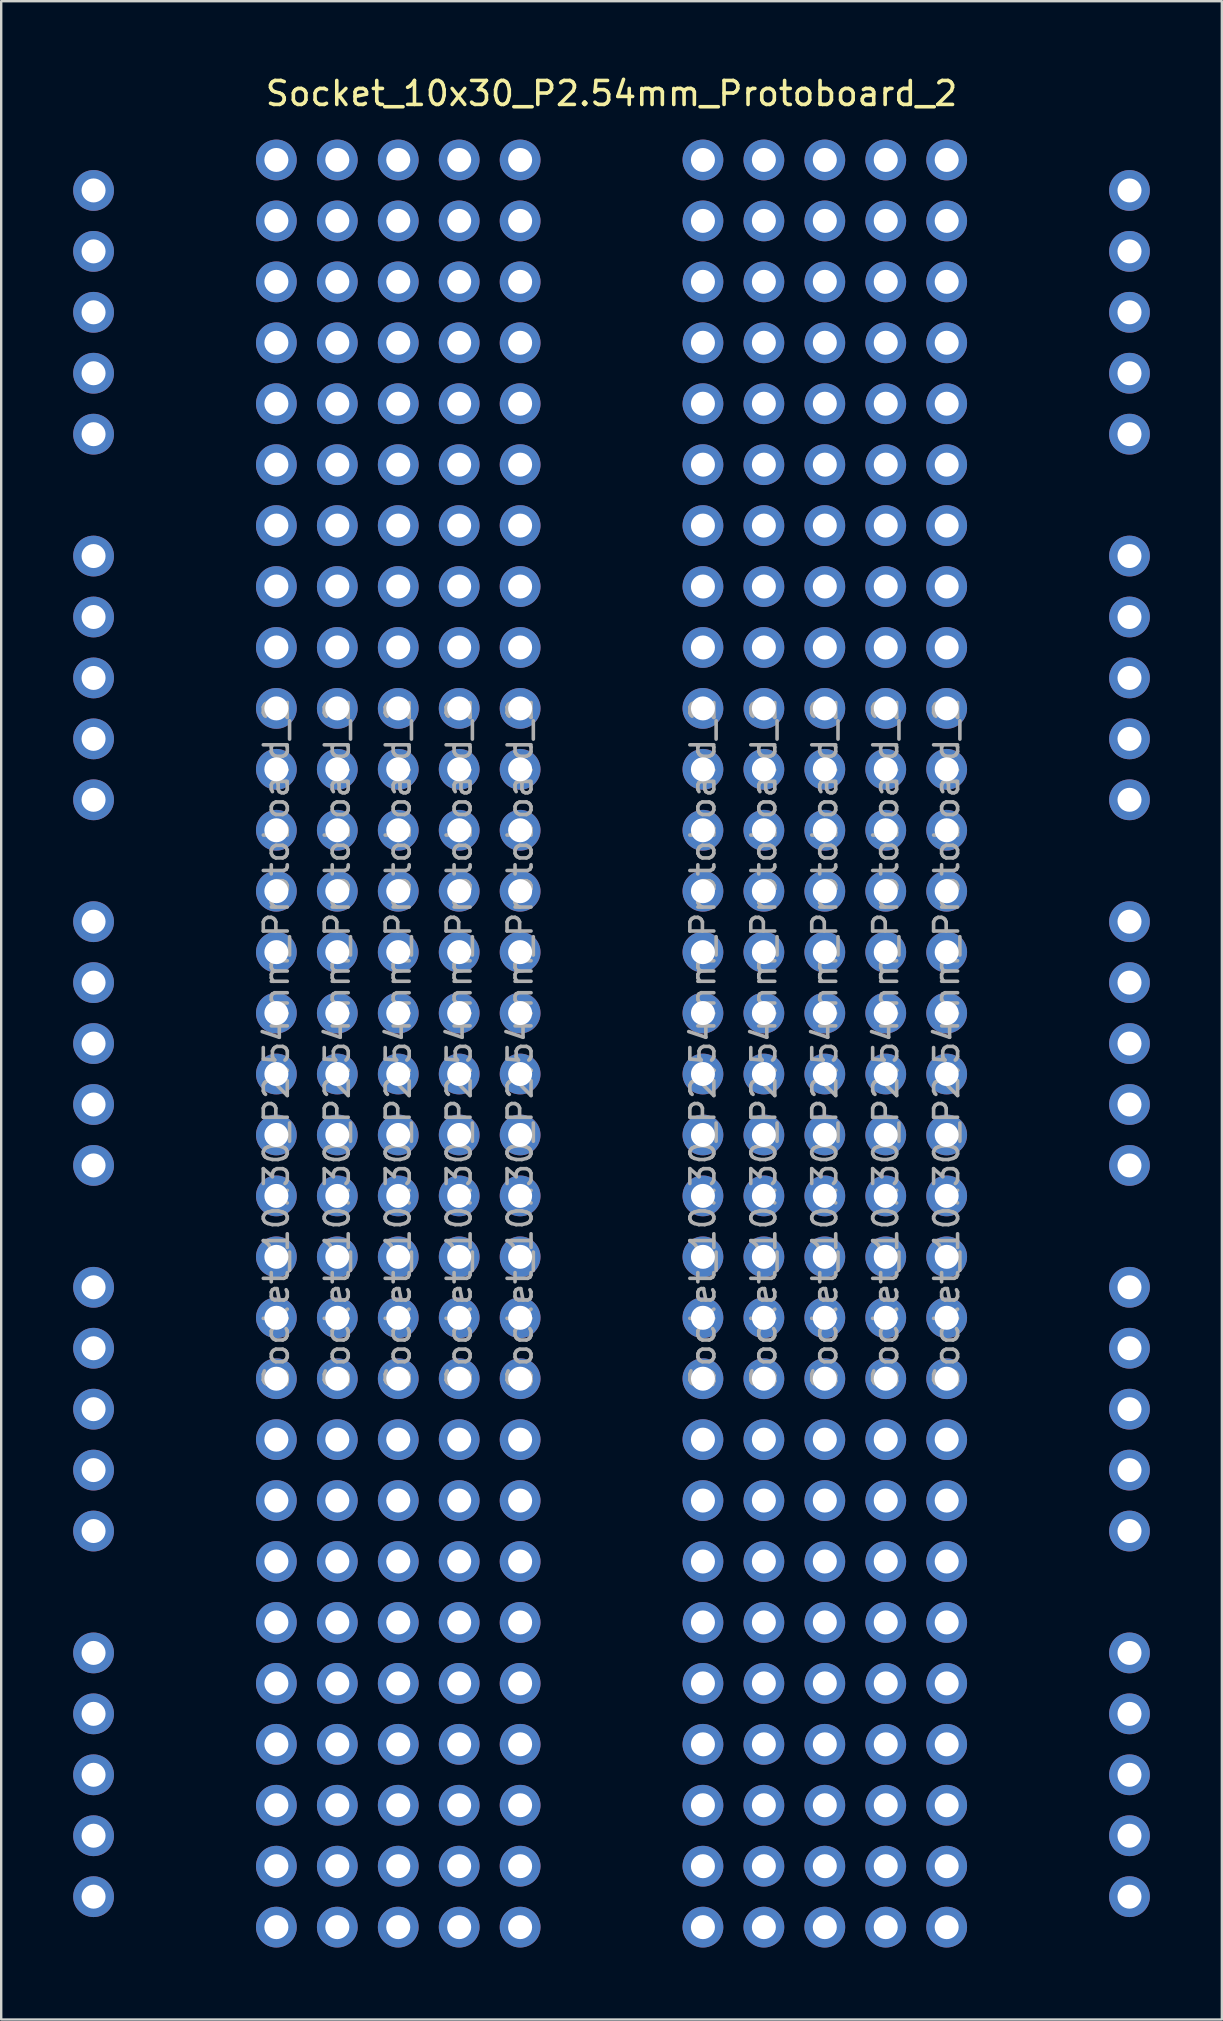
<source format=kicad_pcb>
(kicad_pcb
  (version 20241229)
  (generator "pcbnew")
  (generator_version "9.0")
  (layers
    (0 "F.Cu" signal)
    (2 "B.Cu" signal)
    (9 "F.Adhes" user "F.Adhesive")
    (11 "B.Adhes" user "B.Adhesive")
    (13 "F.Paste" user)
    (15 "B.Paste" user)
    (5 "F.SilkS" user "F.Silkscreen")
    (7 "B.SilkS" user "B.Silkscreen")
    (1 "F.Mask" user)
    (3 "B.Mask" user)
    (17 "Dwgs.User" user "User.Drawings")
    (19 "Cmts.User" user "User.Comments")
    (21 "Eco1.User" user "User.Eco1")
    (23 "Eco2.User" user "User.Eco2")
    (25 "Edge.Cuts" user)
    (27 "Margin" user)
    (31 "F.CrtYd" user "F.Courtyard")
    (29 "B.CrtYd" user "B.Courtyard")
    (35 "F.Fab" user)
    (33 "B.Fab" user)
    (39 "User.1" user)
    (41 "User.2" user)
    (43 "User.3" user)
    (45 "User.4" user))
  (footprint "Socket_10x30_P2.54mm_Protoboard_2"
    (layer "F.Cu")
    (at 22.44 40.448)
    (property "Reference" "Socket_10x30_P2.54mm_Protoboard_2" (at 0 -39.6 0) (layer "F.SilkS") (effects (font (size 1 1) (thickness 0.15))))
    (attr through_hole)
    (fp_text user "${REFERENCE}" (at -13.97 0 90) (layer "F.Fab") (effects (font (size 1 1) (thickness 0.15))))
    (fp_text user "${REFERENCE}" (at -11.43 0 90) (layer "F.Fab") (effects (font (size 1 1) (thickness 0.15))))
    (fp_text user "${REFERENCE}" (at 11.43 0 90) (layer "F.Fab") (effects (font (size 1 1) (thickness 0.15))))
    (fp_text user "${REFERENCE}" (at 13.97 0 90) (layer "F.Fab") (effects (font (size 1 1) (thickness 0.15))))
    (fp_text user "${REFERENCE}" (at 6.35 0 90) (layer "F.Fab") (effects (font (size 1 1) (thickness 0.15))))
    (fp_text user "${REFERENCE}" (at 8.89 0 90) (layer "F.Fab") (effects (font (size 1 1) (thickness 0.15))))
    (fp_text user "${REFERENCE}" (at -6.35 0 90) (layer "F.Fab") (effects (font (size 1 1) (thickness 0.15))))
    (fp_text user "${REFERENCE}" (at 3.81 0 90) (layer "F.Fab") (effects (font (size 1 1) (thickness 0.15))))
    (fp_text user "${REFERENCE}" (at -3.81 0 90) (layer "F.Fab") (effects (font (size 1 1) (thickness 0.15))))
    (fp_text user "${REFERENCE}" (at -8.89 0 90) (layer "F.Fab") (effects (font (size 1 1) (thickness 0.15))))
    (pad "1" thru_hole oval (at -21.59 -35.56) (size 1.7 1.7) (drill 1) (layers "*.Cu" "*.Mask"))
    (pad "1" thru_hole oval (at -21.59 -20.32) (size 1.7 1.7) (drill 1) (layers "*.Cu" "*.Mask"))
    (pad "1" thru_hole oval (at -21.59 -5.08) (size 1.7 1.7) (drill 1) (layers "*.Cu" "*.Mask"))
    (pad "1" thru_hole oval (at -21.59 10.16) (size 1.7 1.7) (drill 1) (layers "*.Cu" "*.Mask"))
    (pad "1" thru_hole oval (at -21.59 25.4) (size 1.7 1.7) (drill 1) (layers "*.Cu" "*.Mask"))
    (pad "1" thru_hole oval (at -13.97 -36.83) (size 1.7 1.7) (drill 1) (layers "*.Cu" "*.Mask"))
    (pad "1" thru_hole oval (at -11.43 -36.83) (size 1.7 1.7) (drill 1) (layers "*.Cu" "*.Mask"))
    (pad "1" thru_hole oval (at -8.89 -36.83) (size 1.7 1.7) (drill 1) (layers "*.Cu" "*.Mask"))
    (pad "1" thru_hole oval (at -6.35 -36.83) (size 1.7 1.7) (drill 1) (layers "*.Cu" "*.Mask"))
    (pad "1" thru_hole oval (at -3.81 -36.83) (size 1.7 1.7) (drill 1) (layers "*.Cu" "*.Mask"))
    (pad "1" thru_hole oval (at 3.81 -36.83) (size 1.7 1.7) (drill 1) (layers "*.Cu" "*.Mask"))
    (pad "1" thru_hole oval (at 6.35 -36.83) (size 1.7 1.7) (drill 1) (layers "*.Cu" "*.Mask"))
    (pad "1" thru_hole oval (at 8.89 -36.83) (size 1.7 1.7) (drill 1) (layers "*.Cu" "*.Mask"))
    (pad "1" thru_hole oval (at 11.43 -36.83) (size 1.7 1.7) (drill 1) (layers "*.Cu" "*.Mask"))
    (pad "1" thru_hole oval (at 13.97 -36.83) (size 1.7 1.7) (drill 1) (layers "*.Cu" "*.Mask"))
    (pad "1" thru_hole oval (at 21.59 -35.56) (size 1.7 1.7) (drill 1) (layers "*.Cu" "*.Mask"))
    (pad "1" thru_hole oval (at 21.59 -20.32) (size 1.7 1.7) (drill 1) (layers "*.Cu" "*.Mask"))
    (pad "1" thru_hole oval (at 21.59 -5.08) (size 1.7 1.7) (drill 1) (layers "*.Cu" "*.Mask"))
    (pad "1" thru_hole oval (at 21.59 10.16) (size 1.7 1.7) (drill 1) (layers "*.Cu" "*.Mask"))
    (pad "1" thru_hole oval (at 21.59 25.4) (size 1.7 1.7) (drill 1) (layers "*.Cu" "*.Mask"))
    (pad "2" thru_hole oval (at -21.59 -33.02) (size 1.7 1.7) (drill 1) (layers "*.Cu" "*.Mask"))
    (pad "2" thru_hole oval (at -21.59 -17.78) (size 1.7 1.7) (drill 1) (layers "*.Cu" "*.Mask"))
    (pad "2" thru_hole oval (at -21.59 -2.54) (size 1.7 1.7) (drill 1) (layers "*.Cu" "*.Mask"))
    (pad "2" thru_hole oval (at -21.59 12.7) (size 1.7 1.7) (drill 1) (layers "*.Cu" "*.Mask"))
    (pad "2" thru_hole oval (at -21.59 27.94) (size 1.7 1.7) (drill 1) (layers "*.Cu" "*.Mask"))
    (pad "2" thru_hole oval (at -13.97 -34.29) (size 1.7 1.7) (drill 1) (layers "*.Cu" "*.Mask"))
    (pad "2" thru_hole oval (at -11.43 -34.29) (size 1.7 1.7) (drill 1) (layers "*.Cu" "*.Mask"))
    (pad "2" thru_hole oval (at -8.89 -34.29) (size 1.7 1.7) (drill 1) (layers "*.Cu" "*.Mask"))
    (pad "2" thru_hole oval (at -6.35 -34.29) (size 1.7 1.7) (drill 1) (layers "*.Cu" "*.Mask"))
    (pad "2" thru_hole oval (at -3.81 -34.29) (size 1.7 1.7) (drill 1) (layers "*.Cu" "*.Mask"))
    (pad "2" thru_hole oval (at 3.81 -34.29) (size 1.7 1.7) (drill 1) (layers "*.Cu" "*.Mask"))
    (pad "2" thru_hole oval (at 6.35 -34.29) (size 1.7 1.7) (drill 1) (layers "*.Cu" "*.Mask"))
    (pad "2" thru_hole oval (at 8.89 -34.29) (size 1.7 1.7) (drill 1) (layers "*.Cu" "*.Mask"))
    (pad "2" thru_hole oval (at 11.43 -34.29) (size 1.7 1.7) (drill 1) (layers "*.Cu" "*.Mask"))
    (pad "2" thru_hole oval (at 13.97 -34.29) (size 1.7 1.7) (drill 1) (layers "*.Cu" "*.Mask"))
    (pad "2" thru_hole oval (at 21.59 -33.02) (size 1.7 1.7) (drill 1) (layers "*.Cu" "*.Mask"))
    (pad "2" thru_hole oval (at 21.59 -17.78) (size 1.7 1.7) (drill 1) (layers "*.Cu" "*.Mask"))
    (pad "2" thru_hole oval (at 21.59 -2.54) (size 1.7 1.7) (drill 1) (layers "*.Cu" "*.Mask"))
    (pad "2" thru_hole oval (at 21.59 12.7) (size 1.7 1.7) (drill 1) (layers "*.Cu" "*.Mask"))
    (pad "2" thru_hole oval (at 21.59 27.94) (size 1.7 1.7) (drill 1) (layers "*.Cu" "*.Mask"))
    (pad "3" thru_hole oval (at -21.59 -30.48) (size 1.7 1.7) (drill 1) (layers "*.Cu" "*.Mask"))
    (pad "3" thru_hole oval (at -21.59 -15.24) (size 1.7 1.7) (drill 1) (layers "*.Cu" "*.Mask"))
    (pad "3" thru_hole oval (at -21.59 0) (size 1.7 1.7) (drill 1) (layers "*.Cu" "*.Mask"))
    (pad "3" thru_hole oval (at -21.59 15.24) (size 1.7 1.7) (drill 1) (layers "*.Cu" "*.Mask"))
    (pad "3" thru_hole oval (at -21.59 30.48) (size 1.7 1.7) (drill 1) (layers "*.Cu" "*.Mask"))
    (pad "3" thru_hole oval (at -13.97 -31.75) (size 1.7 1.7) (drill 1) (layers "*.Cu" "*.Mask"))
    (pad "3" thru_hole oval (at -11.43 -31.75) (size 1.7 1.7) (drill 1) (layers "*.Cu" "*.Mask"))
    (pad "3" thru_hole oval (at -8.89 -31.75) (size 1.7 1.7) (drill 1) (layers "*.Cu" "*.Mask"))
    (pad "3" thru_hole oval (at -6.35 -31.75) (size 1.7 1.7) (drill 1) (layers "*.Cu" "*.Mask"))
    (pad "3" thru_hole oval (at -3.81 -31.75) (size 1.7 1.7) (drill 1) (layers "*.Cu" "*.Mask"))
    (pad "3" thru_hole oval (at 3.81 -31.75) (size 1.7 1.7) (drill 1) (layers "*.Cu" "*.Mask"))
    (pad "3" thru_hole oval (at 6.35 -31.75) (size 1.7 1.7) (drill 1) (layers "*.Cu" "*.Mask"))
    (pad "3" thru_hole oval (at 8.89 -31.75) (size 1.7 1.7) (drill 1) (layers "*.Cu" "*.Mask"))
    (pad "3" thru_hole oval (at 11.43 -31.75) (size 1.7 1.7) (drill 1) (layers "*.Cu" "*.Mask"))
    (pad "3" thru_hole oval (at 13.97 -31.75) (size 1.7 1.7) (drill 1) (layers "*.Cu" "*.Mask"))
    (pad "3" thru_hole oval (at 21.59 -30.48) (size 1.7 1.7) (drill 1) (layers "*.Cu" "*.Mask"))
    (pad "3" thru_hole oval (at 21.59 -15.24) (size 1.7 1.7) (drill 1) (layers "*.Cu" "*.Mask"))
    (pad "3" thru_hole oval (at 21.59 0) (size 1.7 1.7) (drill 1) (layers "*.Cu" "*.Mask"))
    (pad "3" thru_hole oval (at 21.59 15.24) (size 1.7 1.7) (drill 1) (layers "*.Cu" "*.Mask"))
    (pad "3" thru_hole oval (at 21.59 30.48) (size 1.7 1.7) (drill 1) (layers "*.Cu" "*.Mask"))
    (pad "4" thru_hole oval (at -21.59 -27.94) (size 1.7 1.7) (drill 1) (layers "*.Cu" "*.Mask"))
    (pad "4" thru_hole oval (at -21.59 -12.7) (size 1.7 1.7) (drill 1) (layers "*.Cu" "*.Mask"))
    (pad "4" thru_hole oval (at -21.59 2.54) (size 1.7 1.7) (drill 1) (layers "*.Cu" "*.Mask"))
    (pad "4" thru_hole oval (at -21.59 17.78) (size 1.7 1.7) (drill 1) (layers "*.Cu" "*.Mask"))
    (pad "4" thru_hole oval (at -21.59 33.02) (size 1.7 1.7) (drill 1) (layers "*.Cu" "*.Mask"))
    (pad "4" thru_hole oval (at -13.97 -29.21) (size 1.7 1.7) (drill 1) (layers "*.Cu" "*.Mask"))
    (pad "4" thru_hole oval (at -11.43 -29.21) (size 1.7 1.7) (drill 1) (layers "*.Cu" "*.Mask"))
    (pad "4" thru_hole oval (at -8.89 -29.21) (size 1.7 1.7) (drill 1) (layers "*.Cu" "*.Mask"))
    (pad "4" thru_hole oval (at -6.35 -29.21) (size 1.7 1.7) (drill 1) (layers "*.Cu" "*.Mask"))
    (pad "4" thru_hole oval (at -3.81 -29.21) (size 1.7 1.7) (drill 1) (layers "*.Cu" "*.Mask"))
    (pad "4" thru_hole oval (at 3.81 -29.21) (size 1.7 1.7) (drill 1) (layers "*.Cu" "*.Mask"))
    (pad "4" thru_hole oval (at 6.35 -29.21) (size 1.7 1.7) (drill 1) (layers "*.Cu" "*.Mask"))
    (pad "4" thru_hole oval (at 8.89 -29.21) (size 1.7 1.7) (drill 1) (layers "*.Cu" "*.Mask"))
    (pad "4" thru_hole oval (at 11.43 -29.21) (size 1.7 1.7) (drill 1) (layers "*.Cu" "*.Mask"))
    (pad "4" thru_hole oval (at 13.97 -29.21) (size 1.7 1.7) (drill 1) (layers "*.Cu" "*.Mask"))
    (pad "4" thru_hole oval (at 21.59 -27.94) (size 1.7 1.7) (drill 1) (layers "*.Cu" "*.Mask"))
    (pad "4" thru_hole oval (at 21.59 -12.7) (size 1.7 1.7) (drill 1) (layers "*.Cu" "*.Mask"))
    (pad "4" thru_hole oval (at 21.59 2.54) (size 1.7 1.7) (drill 1) (layers "*.Cu" "*.Mask"))
    (pad "4" thru_hole oval (at 21.59 17.78) (size 1.7 1.7) (drill 1) (layers "*.Cu" "*.Mask"))
    (pad "4" thru_hole oval (at 21.59 33.02) (size 1.7 1.7) (drill 1) (layers "*.Cu" "*.Mask"))
    (pad "5" thru_hole oval (at -21.59 -25.4) (size 1.7 1.7) (drill 1) (layers "*.Cu" "*.Mask"))
    (pad "5" thru_hole oval (at -21.59 -10.16) (size 1.7 1.7) (drill 1) (layers "*.Cu" "*.Mask"))
    (pad "5" thru_hole oval (at -21.59 5.08) (size 1.7 1.7) (drill 1) (layers "*.Cu" "*.Mask"))
    (pad "5" thru_hole oval (at -21.59 20.32) (size 1.7 1.7) (drill 1) (layers "*.Cu" "*.Mask"))
    (pad "5" thru_hole oval (at -21.59 35.56) (size 1.7 1.7) (drill 1) (layers "*.Cu" "*.Mask"))
    (pad "5" thru_hole oval (at -13.97 -26.67) (size 1.7 1.7) (drill 1) (layers "*.Cu" "*.Mask"))
    (pad "5" thru_hole oval (at -11.43 -26.67) (size 1.7 1.7) (drill 1) (layers "*.Cu" "*.Mask"))
    (pad "5" thru_hole oval (at -8.89 -26.67) (size 1.7 1.7) (drill 1) (layers "*.Cu" "*.Mask"))
    (pad "5" thru_hole oval (at -6.35 -26.67) (size 1.7 1.7) (drill 1) (layers "*.Cu" "*.Mask"))
    (pad "5" thru_hole oval (at -3.81 -26.67) (size 1.7 1.7) (drill 1) (layers "*.Cu" "*.Mask"))
    (pad "5" thru_hole oval (at 3.81 -26.67) (size 1.7 1.7) (drill 1) (layers "*.Cu" "*.Mask"))
    (pad "5" thru_hole oval (at 6.35 -26.67) (size 1.7 1.7) (drill 1) (layers "*.Cu" "*.Mask"))
    (pad "5" thru_hole oval (at 8.89 -26.67) (size 1.7 1.7) (drill 1) (layers "*.Cu" "*.Mask"))
    (pad "5" thru_hole oval (at 11.43 -26.67) (size 1.7 1.7) (drill 1) (layers "*.Cu" "*.Mask"))
    (pad "5" thru_hole oval (at 13.97 -26.67) (size 1.7 1.7) (drill 1) (layers "*.Cu" "*.Mask"))
    (pad "5" thru_hole oval (at 21.59 -25.4) (size 1.7 1.7) (drill 1) (layers "*.Cu" "*.Mask"))
    (pad "5" thru_hole oval (at 21.59 -10.16) (size 1.7 1.7) (drill 1) (layers "*.Cu" "*.Mask"))
    (pad "5" thru_hole oval (at 21.59 5.08) (size 1.7 1.7) (drill 1) (layers "*.Cu" "*.Mask"))
    (pad "5" thru_hole oval (at 21.59 20.32) (size 1.7 1.7) (drill 1) (layers "*.Cu" "*.Mask"))
    (pad "5" thru_hole oval (at 21.59 35.56) (size 1.7 1.7) (drill 1) (layers "*.Cu" "*.Mask"))
    (pad "6" thru_hole oval (at -13.97 -24.13) (size 1.7 1.7) (drill 1) (layers "*.Cu" "*.Mask"))
    (pad "6" thru_hole oval (at -11.43 -24.13) (size 1.7 1.7) (drill 1) (layers "*.Cu" "*.Mask"))
    (pad "6" thru_hole oval (at -8.89 -24.13) (size 1.7 1.7) (drill 1) (layers "*.Cu" "*.Mask"))
    (pad "6" thru_hole oval (at -6.35 -24.13) (size 1.7 1.7) (drill 1) (layers "*.Cu" "*.Mask"))
    (pad "6" thru_hole oval (at -3.81 -24.13) (size 1.7 1.7) (drill 1) (layers "*.Cu" "*.Mask"))
    (pad "6" thru_hole oval (at 3.81 -24.13) (size 1.7 1.7) (drill 1) (layers "*.Cu" "*.Mask"))
    (pad "6" thru_hole oval (at 6.35 -24.13) (size 1.7 1.7) (drill 1) (layers "*.Cu" "*.Mask"))
    (pad "6" thru_hole oval (at 8.89 -24.13) (size 1.7 1.7) (drill 1) (layers "*.Cu" "*.Mask"))
    (pad "6" thru_hole oval (at 11.43 -24.13) (size 1.7 1.7) (drill 1) (layers "*.Cu" "*.Mask"))
    (pad "6" thru_hole oval (at 13.97 -24.13) (size 1.7 1.7) (drill 1) (layers "*.Cu" "*.Mask"))
    (pad "7" thru_hole oval (at -13.97 -21.59) (size 1.7 1.7) (drill 1) (layers "*.Cu" "*.Mask"))
    (pad "7" thru_hole oval (at -11.43 -21.59) (size 1.7 1.7) (drill 1) (layers "*.Cu" "*.Mask"))
    (pad "7" thru_hole oval (at -8.89 -21.59) (size 1.7 1.7) (drill 1) (layers "*.Cu" "*.Mask"))
    (pad "7" thru_hole oval (at -6.35 -21.59) (size 1.7 1.7) (drill 1) (layers "*.Cu" "*.Mask"))
    (pad "7" thru_hole oval (at -3.81 -21.59) (size 1.7 1.7) (drill 1) (layers "*.Cu" "*.Mask"))
    (pad "7" thru_hole oval (at 3.81 -21.59) (size 1.7 1.7) (drill 1) (layers "*.Cu" "*.Mask"))
    (pad "7" thru_hole oval (at 6.35 -21.59) (size 1.7 1.7) (drill 1) (layers "*.Cu" "*.Mask"))
    (pad "7" thru_hole oval (at 8.89 -21.59) (size 1.7 1.7) (drill 1) (layers "*.Cu" "*.Mask"))
    (pad "7" thru_hole oval (at 11.43 -21.59) (size 1.7 1.7) (drill 1) (layers "*.Cu" "*.Mask"))
    (pad "7" thru_hole oval (at 13.97 -21.59) (size 1.7 1.7) (drill 1) (layers "*.Cu" "*.Mask"))
    (pad "8" thru_hole oval (at -13.97 -19.05) (size 1.7 1.7) (drill 1) (layers "*.Cu" "*.Mask"))
    (pad "8" thru_hole oval (at -11.43 -19.05) (size 1.7 1.7) (drill 1) (layers "*.Cu" "*.Mask"))
    (pad "8" thru_hole oval (at -8.89 -19.05) (size 1.7 1.7) (drill 1) (layers "*.Cu" "*.Mask"))
    (pad "8" thru_hole oval (at -6.35 -19.05) (size 1.7 1.7) (drill 1) (layers "*.Cu" "*.Mask"))
    (pad "8" thru_hole oval (at -3.81 -19.05) (size 1.7 1.7) (drill 1) (layers "*.Cu" "*.Mask"))
    (pad "8" thru_hole oval (at 3.81 -19.05) (size 1.7 1.7) (drill 1) (layers "*.Cu" "*.Mask"))
    (pad "8" thru_hole oval (at 6.35 -19.05) (size 1.7 1.7) (drill 1) (layers "*.Cu" "*.Mask"))
    (pad "8" thru_hole oval (at 8.89 -19.05) (size 1.7 1.7) (drill 1) (layers "*.Cu" "*.Mask"))
    (pad "8" thru_hole oval (at 11.43 -19.05) (size 1.7 1.7) (drill 1) (layers "*.Cu" "*.Mask"))
    (pad "8" thru_hole oval (at 13.97 -19.05) (size 1.7 1.7) (drill 1) (layers "*.Cu" "*.Mask"))
    (pad "9" thru_hole oval (at -13.97 -16.51) (size 1.7 1.7) (drill 1) (layers "*.Cu" "*.Mask"))
    (pad "9" thru_hole oval (at -11.43 -16.51) (size 1.7 1.7) (drill 1) (layers "*.Cu" "*.Mask"))
    (pad "9" thru_hole oval (at -8.89 -16.51) (size 1.7 1.7) (drill 1) (layers "*.Cu" "*.Mask"))
    (pad "9" thru_hole oval (at -6.35 -16.51) (size 1.7 1.7) (drill 1) (layers "*.Cu" "*.Mask"))
    (pad "9" thru_hole oval (at -3.81 -16.51) (size 1.7 1.7) (drill 1) (layers "*.Cu" "*.Mask"))
    (pad "9" thru_hole oval (at 3.81 -16.51) (size 1.7 1.7) (drill 1) (layers "*.Cu" "*.Mask"))
    (pad "9" thru_hole oval (at 6.35 -16.51) (size 1.7 1.7) (drill 1) (layers "*.Cu" "*.Mask"))
    (pad "9" thru_hole oval (at 8.89 -16.51) (size 1.7 1.7) (drill 1) (layers "*.Cu" "*.Mask"))
    (pad "9" thru_hole oval (at 11.43 -16.51) (size 1.7 1.7) (drill 1) (layers "*.Cu" "*.Mask"))
    (pad "9" thru_hole oval (at 13.97 -16.51) (size 1.7 1.7) (drill 1) (layers "*.Cu" "*.Mask"))
    (pad "10" thru_hole oval (at -13.97 -13.97) (size 1.7 1.7) (drill 1) (layers "*.Cu" "*.Mask"))
    (pad "10" thru_hole oval (at -11.43 -13.97) (size 1.7 1.7) (drill 1) (layers "*.Cu" "*.Mask"))
    (pad "10" thru_hole oval (at -8.89 -13.97) (size 1.7 1.7) (drill 1) (layers "*.Cu" "*.Mask"))
    (pad "10" thru_hole oval (at -6.35 -13.97) (size 1.7 1.7) (drill 1) (layers "*.Cu" "*.Mask"))
    (pad "10" thru_hole oval (at -3.81 -13.97) (size 1.7 1.7) (drill 1) (layers "*.Cu" "*.Mask"))
    (pad "10" thru_hole oval (at 3.81 -13.97) (size 1.7 1.7) (drill 1) (layers "*.Cu" "*.Mask"))
    (pad "10" thru_hole oval (at 6.35 -13.97) (size 1.7 1.7) (drill 1) (layers "*.Cu" "*.Mask"))
    (pad "10" thru_hole oval (at 8.89 -13.97) (size 1.7 1.7) (drill 1) (layers "*.Cu" "*.Mask"))
    (pad "10" thru_hole oval (at 11.43 -13.97) (size 1.7 1.7) (drill 1) (layers "*.Cu" "*.Mask"))
    (pad "10" thru_hole oval (at 13.97 -13.97) (size 1.7 1.7) (drill 1) (layers "*.Cu" "*.Mask"))
    (pad "11" thru_hole oval (at -13.97 -11.43) (size 1.7 1.7) (drill 1) (layers "*.Cu" "*.Mask"))
    (pad "11" thru_hole oval (at -11.43 -11.43) (size 1.7 1.7) (drill 1) (layers "*.Cu" "*.Mask"))
    (pad "11" thru_hole oval (at -8.89 -11.43) (size 1.7 1.7) (drill 1) (layers "*.Cu" "*.Mask"))
    (pad "11" thru_hole oval (at -6.35 -11.43) (size 1.7 1.7) (drill 1) (layers "*.Cu" "*.Mask"))
    (pad "11" thru_hole oval (at -3.81 -11.43) (size 1.7 1.7) (drill 1) (layers "*.Cu" "*.Mask"))
    (pad "11" thru_hole oval (at 3.81 -11.43) (size 1.7 1.7) (drill 1) (layers "*.Cu" "*.Mask"))
    (pad "11" thru_hole oval (at 6.35 -11.43) (size 1.7 1.7) (drill 1) (layers "*.Cu" "*.Mask"))
    (pad "11" thru_hole oval (at 8.89 -11.43) (size 1.7 1.7) (drill 1) (layers "*.Cu" "*.Mask"))
    (pad "11" thru_hole oval (at 11.43 -11.43) (size 1.7 1.7) (drill 1) (layers "*.Cu" "*.Mask"))
    (pad "11" thru_hole oval (at 13.97 -11.43) (size 1.7 1.7) (drill 1) (layers "*.Cu" "*.Mask"))
    (pad "12" thru_hole oval (at -13.97 -8.89) (size 1.7 1.7) (drill 1) (layers "*.Cu" "*.Mask"))
    (pad "12" thru_hole oval (at -11.43 -8.89) (size 1.7 1.7) (drill 1) (layers "*.Cu" "*.Mask"))
    (pad "12" thru_hole oval (at -8.89 -8.89) (size 1.7 1.7) (drill 1) (layers "*.Cu" "*.Mask"))
    (pad "12" thru_hole oval (at -6.35 -8.89) (size 1.7 1.7) (drill 1) (layers "*.Cu" "*.Mask"))
    (pad "12" thru_hole oval (at -3.81 -8.89) (size 1.7 1.7) (drill 1) (layers "*.Cu" "*.Mask"))
    (pad "12" thru_hole oval (at 3.81 -8.89) (size 1.7 1.7) (drill 1) (layers "*.Cu" "*.Mask"))
    (pad "12" thru_hole oval (at 6.35 -8.89) (size 1.7 1.7) (drill 1) (layers "*.Cu" "*.Mask"))
    (pad "12" thru_hole oval (at 8.89 -8.89) (size 1.7 1.7) (drill 1) (layers "*.Cu" "*.Mask"))
    (pad "12" thru_hole oval (at 11.43 -8.89) (size 1.7 1.7) (drill 1) (layers "*.Cu" "*.Mask"))
    (pad "12" thru_hole oval (at 13.97 -8.89) (size 1.7 1.7) (drill 1) (layers "*.Cu" "*.Mask"))
    (pad "13" thru_hole oval (at -13.97 -6.35) (size 1.7 1.7) (drill 1) (layers "*.Cu" "*.Mask"))
    (pad "13" thru_hole oval (at -11.43 -6.35) (size 1.7 1.7) (drill 1) (layers "*.Cu" "*.Mask"))
    (pad "13" thru_hole oval (at -8.89 -6.35) (size 1.7 1.7) (drill 1) (layers "*.Cu" "*.Mask"))
    (pad "13" thru_hole oval (at -6.35 -6.35) (size 1.7 1.7) (drill 1) (layers "*.Cu" "*.Mask"))
    (pad "13" thru_hole oval (at -3.81 -6.35) (size 1.7 1.7) (drill 1) (layers "*.Cu" "*.Mask"))
    (pad "13" thru_hole oval (at 3.81 -6.35) (size 1.7 1.7) (drill 1) (layers "*.Cu" "*.Mask"))
    (pad "13" thru_hole oval (at 6.35 -6.35) (size 1.7 1.7) (drill 1) (layers "*.Cu" "*.Mask"))
    (pad "13" thru_hole oval (at 8.89 -6.35) (size 1.7 1.7) (drill 1) (layers "*.Cu" "*.Mask"))
    (pad "13" thru_hole oval (at 11.43 -6.35) (size 1.7 1.7) (drill 1) (layers "*.Cu" "*.Mask"))
    (pad "13" thru_hole oval (at 13.97 -6.35) (size 1.7 1.7) (drill 1) (layers "*.Cu" "*.Mask"))
    (pad "14" thru_hole oval (at -13.97 -3.81) (size 1.7 1.7) (drill 1) (layers "*.Cu" "*.Mask"))
    (pad "14" thru_hole oval (at -11.43 -3.81) (size 1.7 1.7) (drill 1) (layers "*.Cu" "*.Mask"))
    (pad "14" thru_hole oval (at -8.89 -3.81) (size 1.7 1.7) (drill 1) (layers "*.Cu" "*.Mask"))
    (pad "14" thru_hole oval (at -6.35 -3.81) (size 1.7 1.7) (drill 1) (layers "*.Cu" "*.Mask"))
    (pad "14" thru_hole oval (at -3.81 -3.81) (size 1.7 1.7) (drill 1) (layers "*.Cu" "*.Mask"))
    (pad "14" thru_hole oval (at 3.81 -3.81) (size 1.7 1.7) (drill 1) (layers "*.Cu" "*.Mask"))
    (pad "14" thru_hole oval (at 6.35 -3.81) (size 1.7 1.7) (drill 1) (layers "*.Cu" "*.Mask"))
    (pad "14" thru_hole oval (at 8.89 -3.81) (size 1.7 1.7) (drill 1) (layers "*.Cu" "*.Mask"))
    (pad "14" thru_hole oval (at 11.43 -3.81) (size 1.7 1.7) (drill 1) (layers "*.Cu" "*.Mask"))
    (pad "14" thru_hole oval (at 13.97 -3.81) (size 1.7 1.7) (drill 1) (layers "*.Cu" "*.Mask"))
    (pad "15" thru_hole oval (at -13.97 -1.27) (size 1.7 1.7) (drill 1) (layers "*.Cu" "*.Mask"))
    (pad "15" thru_hole oval (at -11.43 -1.27) (size 1.7 1.7) (drill 1) (layers "*.Cu" "*.Mask"))
    (pad "15" thru_hole oval (at -8.89 -1.27) (size 1.7 1.7) (drill 1) (layers "*.Cu" "*.Mask"))
    (pad "15" thru_hole oval (at -6.35 -1.27) (size 1.7 1.7) (drill 1) (layers "*.Cu" "*.Mask"))
    (pad "15" thru_hole oval (at -3.81 -1.27) (size 1.7 1.7) (drill 1) (layers "*.Cu" "*.Mask"))
    (pad "15" thru_hole oval (at 3.81 -1.27) (size 1.7 1.7) (drill 1) (layers "*.Cu" "*.Mask"))
    (pad "15" thru_hole oval (at 6.35 -1.27) (size 1.7 1.7) (drill 1) (layers "*.Cu" "*.Mask"))
    (pad "15" thru_hole oval (at 8.89 -1.27) (size 1.7 1.7) (drill 1) (layers "*.Cu" "*.Mask"))
    (pad "15" thru_hole oval (at 11.43 -1.27) (size 1.7 1.7) (drill 1) (layers "*.Cu" "*.Mask"))
    (pad "15" thru_hole oval (at 13.97 -1.27) (size 1.7 1.7) (drill 1) (layers "*.Cu" "*.Mask"))
    (pad "16" thru_hole oval (at -13.97 1.27) (size 1.7 1.7) (drill 1) (layers "*.Cu" "*.Mask"))
    (pad "16" thru_hole oval (at -11.43 1.27) (size 1.7 1.7) (drill 1) (layers "*.Cu" "*.Mask"))
    (pad "16" thru_hole oval (at -8.89 1.27) (size 1.7 1.7) (drill 1) (layers "*.Cu" "*.Mask"))
    (pad "16" thru_hole oval (at -6.35 1.27) (size 1.7 1.7) (drill 1) (layers "*.Cu" "*.Mask"))
    (pad "16" thru_hole oval (at -3.81 1.27) (size 1.7 1.7) (drill 1) (layers "*.Cu" "*.Mask"))
    (pad "16" thru_hole oval (at 3.81 1.27) (size 1.7 1.7) (drill 1) (layers "*.Cu" "*.Mask"))
    (pad "16" thru_hole oval (at 6.35 1.27) (size 1.7 1.7) (drill 1) (layers "*.Cu" "*.Mask"))
    (pad "16" thru_hole oval (at 8.89 1.27) (size 1.7 1.7) (drill 1) (layers "*.Cu" "*.Mask"))
    (pad "16" thru_hole oval (at 11.43 1.27) (size 1.7 1.7) (drill 1) (layers "*.Cu" "*.Mask"))
    (pad "16" thru_hole oval (at 13.97 1.27) (size 1.7 1.7) (drill 1) (layers "*.Cu" "*.Mask"))
    (pad "17" thru_hole oval (at -13.97 3.81) (size 1.7 1.7) (drill 1) (layers "*.Cu" "*.Mask"))
    (pad "17" thru_hole oval (at -11.43 3.81) (size 1.7 1.7) (drill 1) (layers "*.Cu" "*.Mask"))
    (pad "17" thru_hole oval (at -8.89 3.81) (size 1.7 1.7) (drill 1) (layers "*.Cu" "*.Mask"))
    (pad "17" thru_hole oval (at -6.35 3.81) (size 1.7 1.7) (drill 1) (layers "*.Cu" "*.Mask"))
    (pad "17" thru_hole oval (at -3.81 3.81) (size 1.7 1.7) (drill 1) (layers "*.Cu" "*.Mask"))
    (pad "17" thru_hole oval (at 3.81 3.81) (size 1.7 1.7) (drill 1) (layers "*.Cu" "*.Mask"))
    (pad "17" thru_hole oval (at 6.35 3.81) (size 1.7 1.7) (drill 1) (layers "*.Cu" "*.Mask"))
    (pad "17" thru_hole oval (at 8.89 3.81) (size 1.7 1.7) (drill 1) (layers "*.Cu" "*.Mask"))
    (pad "17" thru_hole oval (at 11.43 3.81) (size 1.7 1.7) (drill 1) (layers "*.Cu" "*.Mask"))
    (pad "17" thru_hole oval (at 13.97 3.81) (size 1.7 1.7) (drill 1) (layers "*.Cu" "*.Mask"))
    (pad "18" thru_hole oval (at -13.97 6.35) (size 1.7 1.7) (drill 1) (layers "*.Cu" "*.Mask"))
    (pad "18" thru_hole oval (at -11.43 6.35) (size 1.7 1.7) (drill 1) (layers "*.Cu" "*.Mask"))
    (pad "18" thru_hole oval (at -8.89 6.35) (size 1.7 1.7) (drill 1) (layers "*.Cu" "*.Mask"))
    (pad "18" thru_hole oval (at -6.35 6.35) (size 1.7 1.7) (drill 1) (layers "*.Cu" "*.Mask"))
    (pad "18" thru_hole oval (at -3.81 6.35) (size 1.7 1.7) (drill 1) (layers "*.Cu" "*.Mask"))
    (pad "18" thru_hole oval (at 3.81 6.35) (size 1.7 1.7) (drill 1) (layers "*.Cu" "*.Mask"))
    (pad "18" thru_hole oval (at 6.35 6.35) (size 1.7 1.7) (drill 1) (layers "*.Cu" "*.Mask"))
    (pad "18" thru_hole oval (at 8.89 6.35) (size 1.7 1.7) (drill 1) (layers "*.Cu" "*.Mask"))
    (pad "18" thru_hole oval (at 11.43 6.35) (size 1.7 1.7) (drill 1) (layers "*.Cu" "*.Mask"))
    (pad "18" thru_hole oval (at 13.97 6.35) (size 1.7 1.7) (drill 1) (layers "*.Cu" "*.Mask"))
    (pad "19" thru_hole oval (at -13.97 8.89) (size 1.7 1.7) (drill 1) (layers "*.Cu" "*.Mask"))
    (pad "19" thru_hole oval (at -11.43 8.89) (size 1.7 1.7) (drill 1) (layers "*.Cu" "*.Mask"))
    (pad "19" thru_hole oval (at -8.89 8.89) (size 1.7 1.7) (drill 1) (layers "*.Cu" "*.Mask"))
    (pad "19" thru_hole oval (at -6.35 8.89) (size 1.7 1.7) (drill 1) (layers "*.Cu" "*.Mask"))
    (pad "19" thru_hole oval (at -3.81 8.89) (size 1.7 1.7) (drill 1) (layers "*.Cu" "*.Mask"))
    (pad "19" thru_hole oval (at 3.81 8.89) (size 1.7 1.7) (drill 1) (layers "*.Cu" "*.Mask"))
    (pad "19" thru_hole oval (at 6.35 8.89) (size 1.7 1.7) (drill 1) (layers "*.Cu" "*.Mask"))
    (pad "19" thru_hole oval (at 8.89 8.89) (size 1.7 1.7) (drill 1) (layers "*.Cu" "*.Mask"))
    (pad "19" thru_hole oval (at 11.43 8.89) (size 1.7 1.7) (drill 1) (layers "*.Cu" "*.Mask"))
    (pad "19" thru_hole oval (at 13.97 8.89) (size 1.7 1.7) (drill 1) (layers "*.Cu" "*.Mask"))
    (pad "20" thru_hole oval (at -13.97 11.43) (size 1.7 1.7) (drill 1) (layers "*.Cu" "*.Mask"))
    (pad "20" thru_hole oval (at -11.43 11.43) (size 1.7 1.7) (drill 1) (layers "*.Cu" "*.Mask"))
    (pad "20" thru_hole oval (at -8.89 11.43) (size 1.7 1.7) (drill 1) (layers "*.Cu" "*.Mask"))
    (pad "20" thru_hole oval (at -6.35 11.43) (size 1.7 1.7) (drill 1) (layers "*.Cu" "*.Mask"))
    (pad "20" thru_hole oval (at -3.81 11.43) (size 1.7 1.7) (drill 1) (layers "*.Cu" "*.Mask"))
    (pad "20" thru_hole oval (at 3.81 11.43) (size 1.7 1.7) (drill 1) (layers "*.Cu" "*.Mask"))
    (pad "20" thru_hole oval (at 6.35 11.43) (size 1.7 1.7) (drill 1) (layers "*.Cu" "*.Mask"))
    (pad "20" thru_hole oval (at 8.89 11.43) (size 1.7 1.7) (drill 1) (layers "*.Cu" "*.Mask"))
    (pad "20" thru_hole oval (at 11.43 11.43) (size 1.7 1.7) (drill 1) (layers "*.Cu" "*.Mask"))
    (pad "20" thru_hole oval (at 13.97 11.43) (size 1.7 1.7) (drill 1) (layers "*.Cu" "*.Mask"))
    (pad "21" thru_hole oval (at -13.97 13.97) (size 1.7 1.7) (drill 1) (layers "*.Cu" "*.Mask"))
    (pad "21" thru_hole oval (at -11.43 13.97) (size 1.7 1.7) (drill 1) (layers "*.Cu" "*.Mask"))
    (pad "21" thru_hole oval (at -8.89 13.97) (size 1.7 1.7) (drill 1) (layers "*.Cu" "*.Mask"))
    (pad "21" thru_hole oval (at -6.35 13.97) (size 1.7 1.7) (drill 1) (layers "*.Cu" "*.Mask"))
    (pad "21" thru_hole oval (at -3.81 13.97) (size 1.7 1.7) (drill 1) (layers "*.Cu" "*.Mask"))
    (pad "21" thru_hole oval (at 3.81 13.97) (size 1.7 1.7) (drill 1) (layers "*.Cu" "*.Mask"))
    (pad "21" thru_hole oval (at 6.35 13.97) (size 1.7 1.7) (drill 1) (layers "*.Cu" "*.Mask"))
    (pad "21" thru_hole oval (at 8.89 13.97) (size 1.7 1.7) (drill 1) (layers "*.Cu" "*.Mask"))
    (pad "21" thru_hole oval (at 11.43 13.97) (size 1.7 1.7) (drill 1) (layers "*.Cu" "*.Mask"))
    (pad "21" thru_hole oval (at 13.97 13.97) (size 1.7 1.7) (drill 1) (layers "*.Cu" "*.Mask"))
    (pad "22" thru_hole oval (at -13.97 16.51) (size 1.7 1.7) (drill 1) (layers "*.Cu" "*.Mask"))
    (pad "22" thru_hole oval (at -11.43 16.51) (size 1.7 1.7) (drill 1) (layers "*.Cu" "*.Mask"))
    (pad "22" thru_hole oval (at -8.89 16.51) (size 1.7 1.7) (drill 1) (layers "*.Cu" "*.Mask"))
    (pad "22" thru_hole oval (at -6.35 16.51) (size 1.7 1.7) (drill 1) (layers "*.Cu" "*.Mask"))
    (pad "22" thru_hole oval (at -3.81 16.51) (size 1.7 1.7) (drill 1) (layers "*.Cu" "*.Mask"))
    (pad "22" thru_hole oval (at 3.81 16.51) (size 1.7 1.7) (drill 1) (layers "*.Cu" "*.Mask"))
    (pad "22" thru_hole oval (at 6.35 16.51) (size 1.7 1.7) (drill 1) (layers "*.Cu" "*.Mask"))
    (pad "22" thru_hole oval (at 8.89 16.51) (size 1.7 1.7) (drill 1) (layers "*.Cu" "*.Mask"))
    (pad "22" thru_hole oval (at 11.43 16.51) (size 1.7 1.7) (drill 1) (layers "*.Cu" "*.Mask"))
    (pad "22" thru_hole oval (at 13.97 16.51) (size 1.7 1.7) (drill 1) (layers "*.Cu" "*.Mask"))
    (pad "23" thru_hole oval (at -13.97 19.05) (size 1.7 1.7) (drill 1) (layers "*.Cu" "*.Mask"))
    (pad "23" thru_hole oval (at -11.43 19.05) (size 1.7 1.7) (drill 1) (layers "*.Cu" "*.Mask"))
    (pad "23" thru_hole oval (at -8.89 19.05) (size 1.7 1.7) (drill 1) (layers "*.Cu" "*.Mask"))
    (pad "23" thru_hole oval (at -6.35 19.05) (size 1.7 1.7) (drill 1) (layers "*.Cu" "*.Mask"))
    (pad "23" thru_hole oval (at -3.81 19.05) (size 1.7 1.7) (drill 1) (layers "*.Cu" "*.Mask"))
    (pad "23" thru_hole oval (at 3.81 19.05) (size 1.7 1.7) (drill 1) (layers "*.Cu" "*.Mask"))
    (pad "23" thru_hole oval (at 6.35 19.05) (size 1.7 1.7) (drill 1) (layers "*.Cu" "*.Mask"))
    (pad "23" thru_hole oval (at 8.89 19.05) (size 1.7 1.7) (drill 1) (layers "*.Cu" "*.Mask"))
    (pad "23" thru_hole oval (at 11.43 19.05) (size 1.7 1.7) (drill 1) (layers "*.Cu" "*.Mask"))
    (pad "23" thru_hole oval (at 13.97 19.05) (size 1.7 1.7) (drill 1) (layers "*.Cu" "*.Mask"))
    (pad "24" thru_hole oval (at -13.97 21.59) (size 1.7 1.7) (drill 1) (layers "*.Cu" "*.Mask"))
    (pad "24" thru_hole oval (at -11.43 21.59) (size 1.7 1.7) (drill 1) (layers "*.Cu" "*.Mask"))
    (pad "24" thru_hole oval (at -8.89 21.59) (size 1.7 1.7) (drill 1) (layers "*.Cu" "*.Mask"))
    (pad "24" thru_hole oval (at -6.35 21.59) (size 1.7 1.7) (drill 1) (layers "*.Cu" "*.Mask"))
    (pad "24" thru_hole oval (at -3.81 21.59) (size 1.7 1.7) (drill 1) (layers "*.Cu" "*.Mask"))
    (pad "24" thru_hole oval (at 3.81 21.59) (size 1.7 1.7) (drill 1) (layers "*.Cu" "*.Mask"))
    (pad "24" thru_hole oval (at 6.35 21.59) (size 1.7 1.7) (drill 1) (layers "*.Cu" "*.Mask"))
    (pad "24" thru_hole oval (at 8.89 21.59) (size 1.7 1.7) (drill 1) (layers "*.Cu" "*.Mask"))
    (pad "24" thru_hole oval (at 11.43 21.59) (size 1.7 1.7) (drill 1) (layers "*.Cu" "*.Mask"))
    (pad "24" thru_hole oval (at 13.97 21.59) (size 1.7 1.7) (drill 1) (layers "*.Cu" "*.Mask"))
    (pad "25" thru_hole oval (at -13.97 24.13) (size 1.7 1.7) (drill 1) (layers "*.Cu" "*.Mask"))
    (pad "25" thru_hole oval (at -11.43 24.13) (size 1.7 1.7) (drill 1) (layers "*.Cu" "*.Mask"))
    (pad "25" thru_hole oval (at -8.89 24.13) (size 1.7 1.7) (drill 1) (layers "*.Cu" "*.Mask"))
    (pad "25" thru_hole oval (at -6.35 24.13) (size 1.7 1.7) (drill 1) (layers "*.Cu" "*.Mask"))
    (pad "25" thru_hole oval (at -3.81 24.13) (size 1.7 1.7) (drill 1) (layers "*.Cu" "*.Mask"))
    (pad "25" thru_hole oval (at 3.81 24.13) (size 1.7 1.7) (drill 1) (layers "*.Cu" "*.Mask"))
    (pad "25" thru_hole oval (at 6.35 24.13) (size 1.7 1.7) (drill 1) (layers "*.Cu" "*.Mask"))
    (pad "25" thru_hole oval (at 8.89 24.13) (size 1.7 1.7) (drill 1) (layers "*.Cu" "*.Mask"))
    (pad "25" thru_hole oval (at 11.43 24.13) (size 1.7 1.7) (drill 1) (layers "*.Cu" "*.Mask"))
    (pad "25" thru_hole oval (at 13.97 24.13) (size 1.7 1.7) (drill 1) (layers "*.Cu" "*.Mask"))
    (pad "26" thru_hole oval (at -13.97 26.67) (size 1.7 1.7) (drill 1) (layers "*.Cu" "*.Mask"))
    (pad "26" thru_hole oval (at -11.43 26.67) (size 1.7 1.7) (drill 1) (layers "*.Cu" "*.Mask"))
    (pad "26" thru_hole oval (at -8.89 26.67) (size 1.7 1.7) (drill 1) (layers "*.Cu" "*.Mask"))
    (pad "26" thru_hole oval (at -6.35 26.67) (size 1.7 1.7) (drill 1) (layers "*.Cu" "*.Mask"))
    (pad "26" thru_hole oval (at -3.81 26.67) (size 1.7 1.7) (drill 1) (layers "*.Cu" "*.Mask"))
    (pad "26" thru_hole oval (at 3.81 26.67) (size 1.7 1.7) (drill 1) (layers "*.Cu" "*.Mask"))
    (pad "26" thru_hole oval (at 6.35 26.67) (size 1.7 1.7) (drill 1) (layers "*.Cu" "*.Mask"))
    (pad "26" thru_hole oval (at 8.89 26.67) (size 1.7 1.7) (drill 1) (layers "*.Cu" "*.Mask"))
    (pad "26" thru_hole oval (at 11.43 26.67) (size 1.7 1.7) (drill 1) (layers "*.Cu" "*.Mask"))
    (pad "26" thru_hole oval (at 13.97 26.67) (size 1.7 1.7) (drill 1) (layers "*.Cu" "*.Mask"))
    (pad "27" thru_hole oval (at -13.97 29.21) (size 1.7 1.7) (drill 1) (layers "*.Cu" "*.Mask"))
    (pad "27" thru_hole oval (at -11.43 29.21) (size 1.7 1.7) (drill 1) (layers "*.Cu" "*.Mask"))
    (pad "27" thru_hole oval (at -8.89 29.21) (size 1.7 1.7) (drill 1) (layers "*.Cu" "*.Mask"))
    (pad "27" thru_hole oval (at -6.35 29.21) (size 1.7 1.7) (drill 1) (layers "*.Cu" "*.Mask"))
    (pad "27" thru_hole oval (at -3.81 29.21) (size 1.7 1.7) (drill 1) (layers "*.Cu" "*.Mask"))
    (pad "27" thru_hole oval (at 3.81 29.21) (size 1.7 1.7) (drill 1) (layers "*.Cu" "*.Mask"))
    (pad "27" thru_hole oval (at 6.35 29.21) (size 1.7 1.7) (drill 1) (layers "*.Cu" "*.Mask"))
    (pad "27" thru_hole oval (at 8.89 29.21) (size 1.7 1.7) (drill 1) (layers "*.Cu" "*.Mask"))
    (pad "27" thru_hole oval (at 11.43 29.21) (size 1.7 1.7) (drill 1) (layers "*.Cu" "*.Mask"))
    (pad "27" thru_hole oval (at 13.97 29.21) (size 1.7 1.7) (drill 1) (layers "*.Cu" "*.Mask"))
    (pad "28" thru_hole oval (at -13.97 31.75) (size 1.7 1.7) (drill 1) (layers "*.Cu" "*.Mask"))
    (pad "28" thru_hole oval (at -11.43 31.75) (size 1.7 1.7) (drill 1) (layers "*.Cu" "*.Mask"))
    (pad "28" thru_hole oval (at -8.89 31.75) (size 1.7 1.7) (drill 1) (layers "*.Cu" "*.Mask"))
    (pad "28" thru_hole oval (at -6.35 31.75) (size 1.7 1.7) (drill 1) (layers "*.Cu" "*.Mask"))
    (pad "28" thru_hole oval (at -3.81 31.75) (size 1.7 1.7) (drill 1) (layers "*.Cu" "*.Mask"))
    (pad "28" thru_hole oval (at 3.81 31.75) (size 1.7 1.7) (drill 1) (layers "*.Cu" "*.Mask"))
    (pad "28" thru_hole oval (at 6.35 31.75) (size 1.7 1.7) (drill 1) (layers "*.Cu" "*.Mask"))
    (pad "28" thru_hole oval (at 8.89 31.75) (size 1.7 1.7) (drill 1) (layers "*.Cu" "*.Mask"))
    (pad "28" thru_hole oval (at 11.43 31.75) (size 1.7 1.7) (drill 1) (layers "*.Cu" "*.Mask"))
    (pad "28" thru_hole oval (at 13.97 31.75) (size 1.7 1.7) (drill 1) (layers "*.Cu" "*.Mask"))
    (pad "29" thru_hole oval (at -13.97 34.29) (size 1.7 1.7) (drill 1) (layers "*.Cu" "*.Mask"))
    (pad "29" thru_hole oval (at -11.43 34.29) (size 1.7 1.7) (drill 1) (layers "*.Cu" "*.Mask"))
    (pad "29" thru_hole oval (at -8.89 34.29) (size 1.7 1.7) (drill 1) (layers "*.Cu" "*.Mask"))
    (pad "29" thru_hole oval (at -6.35 34.29) (size 1.7 1.7) (drill 1) (layers "*.Cu" "*.Mask"))
    (pad "29" thru_hole oval (at -3.81 34.29) (size 1.7 1.7) (drill 1) (layers "*.Cu" "*.Mask"))
    (pad "29" thru_hole oval (at 3.81 34.29) (size 1.7 1.7) (drill 1) (layers "*.Cu" "*.Mask"))
    (pad "29" thru_hole oval (at 6.35 34.29) (size 1.7 1.7) (drill 1) (layers "*.Cu" "*.Mask"))
    (pad "29" thru_hole oval (at 8.89 34.29) (size 1.7 1.7) (drill 1) (layers "*.Cu" "*.Mask"))
    (pad "29" thru_hole oval (at 11.43 34.29) (size 1.7 1.7) (drill 1) (layers "*.Cu" "*.Mask"))
    (pad "29" thru_hole oval (at 13.97 34.29) (size 1.7 1.7) (drill 1) (layers "*.Cu" "*.Mask"))
    (pad "30" thru_hole oval (at -13.97 36.83) (size 1.7 1.7) (drill 1) (layers "*.Cu" "*.Mask"))
    (pad "30" thru_hole oval (at -11.43 36.83) (size 1.7 1.7) (drill 1) (layers "*.Cu" "*.Mask"))
    (pad "30" thru_hole oval (at -8.89 36.83) (size 1.7 1.7) (drill 1) (layers "*.Cu" "*.Mask"))
    (pad "30" thru_hole oval (at -6.35 36.83) (size 1.7 1.7) (drill 1) (layers "*.Cu" "*.Mask"))
    (pad "30" thru_hole oval (at -3.81 36.83) (size 1.7 1.7) (drill 1) (layers "*.Cu" "*.Mask"))
    (pad "30" thru_hole oval (at 3.81 36.83) (size 1.7 1.7) (drill 1) (layers "*.Cu" "*.Mask"))
    (pad "30" thru_hole oval (at 6.35 36.83) (size 1.7 1.7) (drill 1) (layers "*.Cu" "*.Mask"))
    (pad "30" thru_hole oval (at 8.89 36.83) (size 1.7 1.7) (drill 1) (layers "*.Cu" "*.Mask"))
    (pad "30" thru_hole oval (at 11.43 36.83) (size 1.7 1.7) (drill 1) (layers "*.Cu" "*.Mask"))
    (pad "30" thru_hole oval (at 13.97 36.83) (size 1.7 1.7) (drill 1) (layers "*.Cu" "*.Mask")))
  (gr_rect
    (start -3 -3)
    (end 47.88 81.128)
    (stroke (width 0.1) (type default))
    (fill no)
    (layer "Edge.Cuts")))
</source>
